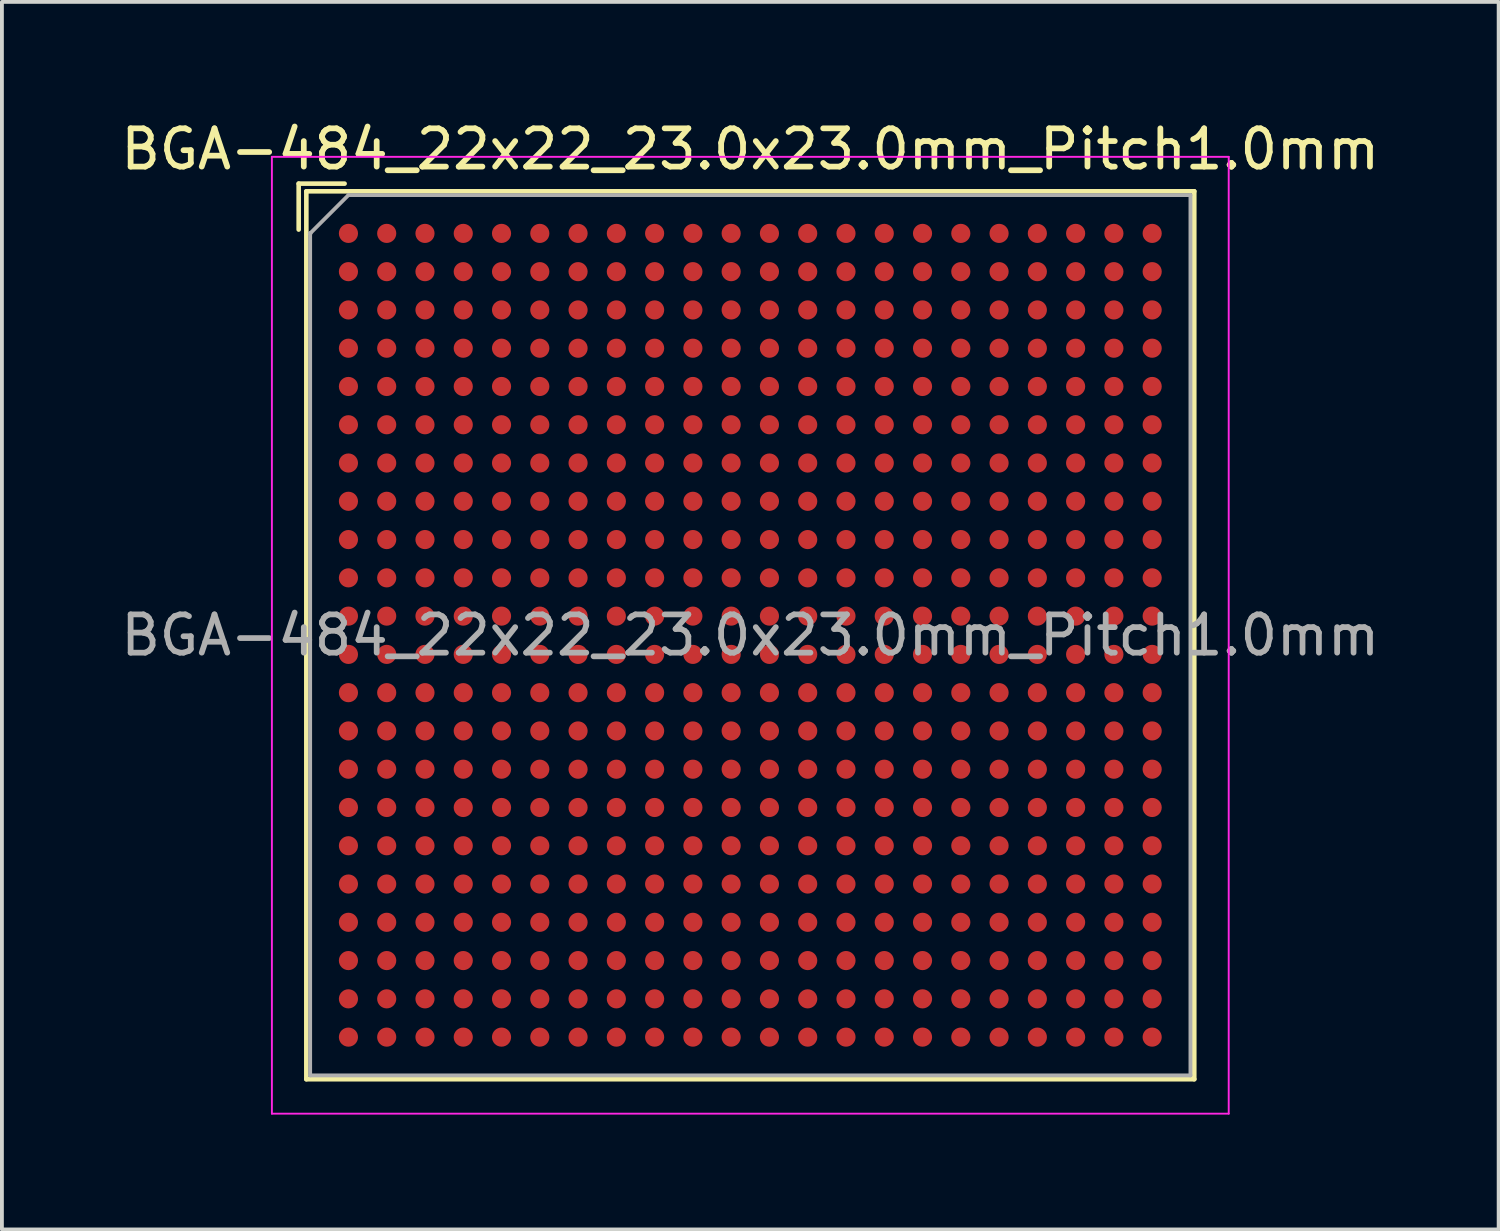
<source format=kicad_pcb>
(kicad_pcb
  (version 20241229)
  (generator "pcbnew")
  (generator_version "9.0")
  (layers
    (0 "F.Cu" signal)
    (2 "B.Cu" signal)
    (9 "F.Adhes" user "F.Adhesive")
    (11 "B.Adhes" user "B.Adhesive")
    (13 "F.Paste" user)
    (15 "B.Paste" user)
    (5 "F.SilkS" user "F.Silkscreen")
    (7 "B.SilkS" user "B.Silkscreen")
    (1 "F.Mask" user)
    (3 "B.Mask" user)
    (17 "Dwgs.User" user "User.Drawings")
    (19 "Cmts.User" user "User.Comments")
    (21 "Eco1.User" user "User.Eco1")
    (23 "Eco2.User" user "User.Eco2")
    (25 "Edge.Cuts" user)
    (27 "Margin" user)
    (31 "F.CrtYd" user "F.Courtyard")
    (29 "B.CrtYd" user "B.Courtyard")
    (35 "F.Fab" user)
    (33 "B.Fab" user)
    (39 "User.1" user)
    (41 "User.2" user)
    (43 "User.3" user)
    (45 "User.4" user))
  (footprint "BGA-484_22x22_23.0x23.0mm_Pitch1.0mm"
    (layer "F.Cu")
    (at 16.554 13.548)
    (property "Reference" "BGA-484_22x22_23.0x23.0mm_Pitch1.0mm" (at 0 -12.7 0) (layer "F.SilkS") (effects (font (size 1 1) (thickness 0.15))))
    (attr smd)
    (fp_line (start -11.8 -11.8) (end -11.8 -10.6) (stroke (width 0.12) (type solid)) (layer "F.SilkS"))
    (fp_line (start -11.6 -11.6) (end 11.6 -11.6) (stroke (width 0.12) (type solid)) (layer "F.SilkS"))
    (fp_line (start -11.6 11.6) (end -11.6 -11.6) (stroke (width 0.12) (type solid)) (layer "F.SilkS"))
    (fp_line (start -10.6 -11.8) (end -11.8 -11.8) (stroke (width 0.12) (type solid)) (layer "F.SilkS"))
    (fp_line (start 11.6 -11.6) (end 11.6 11.6) (stroke (width 0.12) (type solid)) (layer "F.SilkS"))
    (fp_line (start 11.6 11.6) (end -11.6 11.6) (stroke (width 0.12) (type solid)) (layer "F.SilkS"))
    (fp_line (start -12.5 -12.5) (end -12.5 12.5) (stroke (width 0.05) (type solid)) (layer "F.CrtYd"))
    (fp_line (start -12.5 -12.5) (end 12.5 -12.5) (stroke (width 0.05) (type solid)) (layer "F.CrtYd"))
    (fp_line (start 12.5 12.5) (end -12.5 12.5) (stroke (width 0.05) (type solid)) (layer "F.CrtYd"))
    (fp_line (start 12.5 12.5) (end 12.5 -12.5) (stroke (width 0.05) (type solid)) (layer "F.CrtYd"))
    (fp_line (start -11.5 -10.5) (end -11.5 -10.5) (stroke (width 0.12) (type solid)) (layer "F.Fab"))
    (fp_line (start -11.5 11.5) (end -11.5 -10.5) (stroke (width 0.1) (type solid)) (layer "F.Fab"))
    (fp_line (start -10.5 -11.5) (end -11.5 -10.5) (stroke (width 0.1) (type solid)) (layer "F.Fab"))
    (fp_line (start -10.5 -11.5) (end 11.5 -11.5) (stroke (width 0.1) (type solid)) (layer "F.Fab"))
    (fp_line (start 11.5 -11.5) (end 11.5 11.5) (stroke (width 0.1) (type solid)) (layer "F.Fab"))
    (fp_line (start 11.5 11.5) (end -11.5 11.5) (stroke (width 0.1) (type solid)) (layer "F.Fab"))
    (fp_text user "${REFERENCE}" (at 0 0 0) (layer "F.Fab") (effects (font (size 1 1) (thickness 0.15))))
    (pad "A1" smd circle (at -10.5 -10.5) (size 0.5 0.5) (layers "F.Cu" "F.Mask" "F.Paste"))
    (pad "A2" smd circle (at -9.5 -10.5) (size 0.5 0.5) (layers "F.Cu" "F.Mask" "F.Paste"))
    (pad "A3" smd circle (at -8.5 -10.5) (size 0.5 0.5) (layers "F.Cu" "F.Mask" "F.Paste"))
    (pad "A4" smd circle (at -7.5 -10.5) (size 0.5 0.5) (layers "F.Cu" "F.Mask" "F.Paste"))
    (pad "A5" smd circle (at -6.5 -10.5) (size 0.5 0.5) (layers "F.Cu" "F.Mask" "F.Paste"))
    (pad "A6" smd circle (at -5.5 -10.5) (size 0.5 0.5) (layers "F.Cu" "F.Mask" "F.Paste"))
    (pad "A7" smd circle (at -4.5 -10.5) (size 0.5 0.5) (layers "F.Cu" "F.Mask" "F.Paste"))
    (pad "A8" smd circle (at -3.5 -10.5) (size 0.5 0.5) (layers "F.Cu" "F.Mask" "F.Paste"))
    (pad "A9" smd circle (at -2.5 -10.5) (size 0.5 0.5) (layers "F.Cu" "F.Mask" "F.Paste"))
    (pad "A10" smd circle (at -1.5 -10.5) (size 0.5 0.5) (layers "F.Cu" "F.Mask" "F.Paste"))
    (pad "A11" smd circle (at -0.5 -10.5) (size 0.5 0.5) (layers "F.Cu" "F.Mask" "F.Paste"))
    (pad "A12" smd circle (at 0.5 -10.5) (size 0.5 0.5) (layers "F.Cu" "F.Mask" "F.Paste"))
    (pad "A13" smd circle (at 1.5 -10.5) (size 0.5 0.5) (layers "F.Cu" "F.Mask" "F.Paste"))
    (pad "A14" smd circle (at 2.5 -10.5) (size 0.5 0.5) (layers "F.Cu" "F.Mask" "F.Paste"))
    (pad "A15" smd circle (at 3.5 -10.5) (size 0.5 0.5) (layers "F.Cu" "F.Mask" "F.Paste"))
    (pad "A16" smd circle (at 4.5 -10.5) (size 0.5 0.5) (layers "F.Cu" "F.Mask" "F.Paste"))
    (pad "A17" smd circle (at 5.5 -10.5) (size 0.5 0.5) (layers "F.Cu" "F.Mask" "F.Paste"))
    (pad "A18" smd circle (at 6.5 -10.5) (size 0.5 0.5) (layers "F.Cu" "F.Mask" "F.Paste"))
    (pad "A19" smd circle (at 7.5 -10.5) (size 0.5 0.5) (layers "F.Cu" "F.Mask" "F.Paste"))
    (pad "A20" smd circle (at 8.5 -10.5) (size 0.5 0.5) (layers "F.Cu" "F.Mask" "F.Paste"))
    (pad "A21" smd circle (at 9.5 -10.5) (size 0.5 0.5) (layers "F.Cu" "F.Mask" "F.Paste"))
    (pad "A22" smd circle (at 10.5 -10.5) (size 0.5 0.5) (layers "F.Cu" "F.Mask" "F.Paste"))
    (pad "AA1" smd circle (at -10.5 9.5) (size 0.5 0.5) (layers "F.Cu" "F.Mask" "F.Paste"))
    (pad "AA2" smd circle (at -9.5 9.5) (size 0.5 0.5) (layers "F.Cu" "F.Mask" "F.Paste"))
    (pad "AA3" smd circle (at -8.5 9.5) (size 0.5 0.5) (layers "F.Cu" "F.Mask" "F.Paste"))
    (pad "AA4" smd circle (at -7.5 9.5) (size 0.5 0.5) (layers "F.Cu" "F.Mask" "F.Paste"))
    (pad "AA5" smd circle (at -6.5 9.5) (size 0.5 0.5) (layers "F.Cu" "F.Mask" "F.Paste"))
    (pad "AA6" smd circle (at -5.5 9.5) (size 0.5 0.5) (layers "F.Cu" "F.Mask" "F.Paste"))
    (pad "AA7" smd circle (at -4.5 9.5) (size 0.5 0.5) (layers "F.Cu" "F.Mask" "F.Paste"))
    (pad "AA8" smd circle (at -3.5 9.5) (size 0.5 0.5) (layers "F.Cu" "F.Mask" "F.Paste"))
    (pad "AA9" smd circle (at -2.5 9.5) (size 0.5 0.5) (layers "F.Cu" "F.Mask" "F.Paste"))
    (pad "AA10" smd circle (at -1.5 9.5) (size 0.5 0.5) (layers "F.Cu" "F.Mask" "F.Paste"))
    (pad "AA11" smd circle (at -0.5 9.5) (size 0.5 0.5) (layers "F.Cu" "F.Mask" "F.Paste"))
    (pad "AA12" smd circle (at 0.5 9.5) (size 0.5 0.5) (layers "F.Cu" "F.Mask" "F.Paste"))
    (pad "AA13" smd circle (at 1.5 9.5) (size 0.5 0.5) (layers "F.Cu" "F.Mask" "F.Paste"))
    (pad "AA14" smd circle (at 2.5 9.5) (size 0.5 0.5) (layers "F.Cu" "F.Mask" "F.Paste"))
    (pad "AA15" smd circle (at 3.5 9.5) (size 0.5 0.5) (layers "F.Cu" "F.Mask" "F.Paste"))
    (pad "AA16" smd circle (at 4.5 9.5) (size 0.5 0.5) (layers "F.Cu" "F.Mask" "F.Paste"))
    (pad "AA17" smd circle (at 5.5 9.5) (size 0.5 0.5) (layers "F.Cu" "F.Mask" "F.Paste"))
    (pad "AA18" smd circle (at 6.5 9.5) (size 0.5 0.5) (layers "F.Cu" "F.Mask" "F.Paste"))
    (pad "AA19" smd circle (at 7.5 9.5) (size 0.5 0.5) (layers "F.Cu" "F.Mask" "F.Paste"))
    (pad "AA20" smd circle (at 8.5 9.5) (size 0.5 0.5) (layers "F.Cu" "F.Mask" "F.Paste"))
    (pad "AA21" smd circle (at 9.5 9.5) (size 0.5 0.5) (layers "F.Cu" "F.Mask" "F.Paste"))
    (pad "AA22" smd circle (at 10.5 9.5) (size 0.5 0.5) (layers "F.Cu" "F.Mask" "F.Paste"))
    (pad "AB1" smd circle (at -10.5 10.5) (size 0.5 0.5) (layers "F.Cu" "F.Mask" "F.Paste"))
    (pad "AB2" smd circle (at -9.5 10.5) (size 0.5 0.5) (layers "F.Cu" "F.Mask" "F.Paste"))
    (pad "AB3" smd circle (at -8.5 10.5) (size 0.5 0.5) (layers "F.Cu" "F.Mask" "F.Paste"))
    (pad "AB4" smd circle (at -7.5 10.5) (size 0.5 0.5) (layers "F.Cu" "F.Mask" "F.Paste"))
    (pad "AB5" smd circle (at -6.5 10.5) (size 0.5 0.5) (layers "F.Cu" "F.Mask" "F.Paste"))
    (pad "AB6" smd circle (at -5.5 10.5) (size 0.5 0.5) (layers "F.Cu" "F.Mask" "F.Paste"))
    (pad "AB7" smd circle (at -4.5 10.5) (size 0.5 0.5) (layers "F.Cu" "F.Mask" "F.Paste"))
    (pad "AB8" smd circle (at -3.5 10.5) (size 0.5 0.5) (layers "F.Cu" "F.Mask" "F.Paste"))
    (pad "AB9" smd circle (at -2.5 10.5) (size 0.5 0.5) (layers "F.Cu" "F.Mask" "F.Paste"))
    (pad "AB10" smd circle (at -1.5 10.5) (size 0.5 0.5) (layers "F.Cu" "F.Mask" "F.Paste"))
    (pad "AB11" smd circle (at -0.5 10.5) (size 0.5 0.5) (layers "F.Cu" "F.Mask" "F.Paste"))
    (pad "AB12" smd circle (at 0.5 10.5) (size 0.5 0.5) (layers "F.Cu" "F.Mask" "F.Paste"))
    (pad "AB13" smd circle (at 1.5 10.5) (size 0.5 0.5) (layers "F.Cu" "F.Mask" "F.Paste"))
    (pad "AB14" smd circle (at 2.5 10.5) (size 0.5 0.5) (layers "F.Cu" "F.Mask" "F.Paste"))
    (pad "AB15" smd circle (at 3.5 10.5) (size 0.5 0.5) (layers "F.Cu" "F.Mask" "F.Paste"))
    (pad "AB16" smd circle (at 4.5 10.5) (size 0.5 0.5) (layers "F.Cu" "F.Mask" "F.Paste"))
    (pad "AB17" smd circle (at 5.5 10.5) (size 0.5 0.5) (layers "F.Cu" "F.Mask" "F.Paste"))
    (pad "AB18" smd circle (at 6.5 10.5) (size 0.5 0.5) (layers "F.Cu" "F.Mask" "F.Paste"))
    (pad "AB19" smd circle (at 7.5 10.5) (size 0.5 0.5) (layers "F.Cu" "F.Mask" "F.Paste"))
    (pad "AB20" smd circle (at 8.5 10.5) (size 0.5 0.5) (layers "F.Cu" "F.Mask" "F.Paste"))
    (pad "AB21" smd circle (at 9.5 10.5) (size 0.5 0.5) (layers "F.Cu" "F.Mask" "F.Paste"))
    (pad "AB22" smd circle (at 10.5 10.5) (size 0.5 0.5) (layers "F.Cu" "F.Mask" "F.Paste"))
    (pad "B1" smd circle (at -10.5 -9.5) (size 0.5 0.5) (layers "F.Cu" "F.Mask" "F.Paste"))
    (pad "B2" smd circle (at -9.5 -9.5) (size 0.5 0.5) (layers "F.Cu" "F.Mask" "F.Paste"))
    (pad "B3" smd circle (at -8.5 -9.5) (size 0.5 0.5) (layers "F.Cu" "F.Mask" "F.Paste"))
    (pad "B4" smd circle (at -7.5 -9.5) (size 0.5 0.5) (layers "F.Cu" "F.Mask" "F.Paste"))
    (pad "B5" smd circle (at -6.5 -9.5) (size 0.5 0.5) (layers "F.Cu" "F.Mask" "F.Paste"))
    (pad "B6" smd circle (at -5.5 -9.5) (size 0.5 0.5) (layers "F.Cu" "F.Mask" "F.Paste"))
    (pad "B7" smd circle (at -4.5 -9.5) (size 0.5 0.5) (layers "F.Cu" "F.Mask" "F.Paste"))
    (pad "B8" smd circle (at -3.5 -9.5) (size 0.5 0.5) (layers "F.Cu" "F.Mask" "F.Paste"))
    (pad "B9" smd circle (at -2.5 -9.5) (size 0.5 0.5) (layers "F.Cu" "F.Mask" "F.Paste"))
    (pad "B10" smd circle (at -1.5 -9.5) (size 0.5 0.5) (layers "F.Cu" "F.Mask" "F.Paste"))
    (pad "B11" smd circle (at -0.5 -9.5) (size 0.5 0.5) (layers "F.Cu" "F.Mask" "F.Paste"))
    (pad "B12" smd circle (at 0.5 -9.5) (size 0.5 0.5) (layers "F.Cu" "F.Mask" "F.Paste"))
    (pad "B13" smd circle (at 1.5 -9.5) (size 0.5 0.5) (layers "F.Cu" "F.Mask" "F.Paste"))
    (pad "B14" smd circle (at 2.5 -9.5) (size 0.5 0.5) (layers "F.Cu" "F.Mask" "F.Paste"))
    (pad "B15" smd circle (at 3.5 -9.5) (size 0.5 0.5) (layers "F.Cu" "F.Mask" "F.Paste"))
    (pad "B16" smd circle (at 4.5 -9.5) (size 0.5 0.5) (layers "F.Cu" "F.Mask" "F.Paste"))
    (pad "B17" smd circle (at 5.5 -9.5) (size 0.5 0.5) (layers "F.Cu" "F.Mask" "F.Paste"))
    (pad "B18" smd circle (at 6.5 -9.5) (size 0.5 0.5) (layers "F.Cu" "F.Mask" "F.Paste"))
    (pad "B19" smd circle (at 7.5 -9.5) (size 0.5 0.5) (layers "F.Cu" "F.Mask" "F.Paste"))
    (pad "B20" smd circle (at 8.5 -9.5) (size 0.5 0.5) (layers "F.Cu" "F.Mask" "F.Paste"))
    (pad "B21" smd circle (at 9.5 -9.5) (size 0.5 0.5) (layers "F.Cu" "F.Mask" "F.Paste"))
    (pad "B22" smd circle (at 10.5 -9.5) (size 0.5 0.5) (layers "F.Cu" "F.Mask" "F.Paste"))
    (pad "C1" smd circle (at -10.5 -8.5) (size 0.5 0.5) (layers "F.Cu" "F.Mask" "F.Paste"))
    (pad "C2" smd circle (at -9.5 -8.5) (size 0.5 0.5) (layers "F.Cu" "F.Mask" "F.Paste"))
    (pad "C3" smd circle (at -8.5 -8.5) (size 0.5 0.5) (layers "F.Cu" "F.Mask" "F.Paste"))
    (pad "C4" smd circle (at -7.5 -8.5) (size 0.5 0.5) (layers "F.Cu" "F.Mask" "F.Paste"))
    (pad "C5" smd circle (at -6.5 -8.5) (size 0.5 0.5) (layers "F.Cu" "F.Mask" "F.Paste"))
    (pad "C6" smd circle (at -5.5 -8.5) (size 0.5 0.5) (layers "F.Cu" "F.Mask" "F.Paste"))
    (pad "C7" smd circle (at -4.5 -8.5) (size 0.5 0.5) (layers "F.Cu" "F.Mask" "F.Paste"))
    (pad "C8" smd circle (at -3.5 -8.5) (size 0.5 0.5) (layers "F.Cu" "F.Mask" "F.Paste"))
    (pad "C9" smd circle (at -2.5 -8.5) (size 0.5 0.5) (layers "F.Cu" "F.Mask" "F.Paste"))
    (pad "C10" smd circle (at -1.5 -8.5) (size 0.5 0.5) (layers "F.Cu" "F.Mask" "F.Paste"))
    (pad "C11" smd circle (at -0.5 -8.5) (size 0.5 0.5) (layers "F.Cu" "F.Mask" "F.Paste"))
    (pad "C12" smd circle (at 0.5 -8.5) (size 0.5 0.5) (layers "F.Cu" "F.Mask" "F.Paste"))
    (pad "C13" smd circle (at 1.5 -8.5) (size 0.5 0.5) (layers "F.Cu" "F.Mask" "F.Paste"))
    (pad "C14" smd circle (at 2.5 -8.5) (size 0.5 0.5) (layers "F.Cu" "F.Mask" "F.Paste"))
    (pad "C15" smd circle (at 3.5 -8.5) (size 0.5 0.5) (layers "F.Cu" "F.Mask" "F.Paste"))
    (pad "C16" smd circle (at 4.5 -8.5) (size 0.5 0.5) (layers "F.Cu" "F.Mask" "F.Paste"))
    (pad "C17" smd circle (at 5.5 -8.5) (size 0.5 0.5) (layers "F.Cu" "F.Mask" "F.Paste"))
    (pad "C18" smd circle (at 6.5 -8.5) (size 0.5 0.5) (layers "F.Cu" "F.Mask" "F.Paste"))
    (pad "C19" smd circle (at 7.5 -8.5) (size 0.5 0.5) (layers "F.Cu" "F.Mask" "F.Paste"))
    (pad "C20" smd circle (at 8.5 -8.5) (size 0.5 0.5) (layers "F.Cu" "F.Mask" "F.Paste"))
    (pad "C21" smd circle (at 9.5 -8.5) (size 0.5 0.5) (layers "F.Cu" "F.Mask" "F.Paste"))
    (pad "C22" smd circle (at 10.5 -8.5) (size 0.5 0.5) (layers "F.Cu" "F.Mask" "F.Paste"))
    (pad "D1" smd circle (at -10.5 -7.5) (size 0.5 0.5) (layers "F.Cu" "F.Mask" "F.Paste"))
    (pad "D2" smd circle (at -9.5 -7.5) (size 0.5 0.5) (layers "F.Cu" "F.Mask" "F.Paste"))
    (pad "D3" smd circle (at -8.5 -7.5) (size 0.5 0.5) (layers "F.Cu" "F.Mask" "F.Paste"))
    (pad "D4" smd circle (at -7.5 -7.5) (size 0.5 0.5) (layers "F.Cu" "F.Mask" "F.Paste"))
    (pad "D5" smd circle (at -6.5 -7.5) (size 0.5 0.5) (layers "F.Cu" "F.Mask" "F.Paste"))
    (pad "D6" smd circle (at -5.5 -7.5) (size 0.5 0.5) (layers "F.Cu" "F.Mask" "F.Paste"))
    (pad "D7" smd circle (at -4.5 -7.5) (size 0.5 0.5) (layers "F.Cu" "F.Mask" "F.Paste"))
    (pad "D8" smd circle (at -3.5 -7.5) (size 0.5 0.5) (layers "F.Cu" "F.Mask" "F.Paste"))
    (pad "D9" smd circle (at -2.5 -7.5) (size 0.5 0.5) (layers "F.Cu" "F.Mask" "F.Paste"))
    (pad "D10" smd circle (at -1.5 -7.5) (size 0.5 0.5) (layers "F.Cu" "F.Mask" "F.Paste"))
    (pad "D11" smd circle (at -0.5 -7.5) (size 0.5 0.5) (layers "F.Cu" "F.Mask" "F.Paste"))
    (pad "D12" smd circle (at 0.5 -7.5) (size 0.5 0.5) (layers "F.Cu" "F.Mask" "F.Paste"))
    (pad "D13" smd circle (at 1.5 -7.5) (size 0.5 0.5) (layers "F.Cu" "F.Mask" "F.Paste"))
    (pad "D14" smd circle (at 2.5 -7.5) (size 0.5 0.5) (layers "F.Cu" "F.Mask" "F.Paste"))
    (pad "D15" smd circle (at 3.5 -7.5) (size 0.5 0.5) (layers "F.Cu" "F.Mask" "F.Paste"))
    (pad "D16" smd circle (at 4.5 -7.5) (size 0.5 0.5) (layers "F.Cu" "F.Mask" "F.Paste"))
    (pad "D17" smd circle (at 5.5 -7.5) (size 0.5 0.5) (layers "F.Cu" "F.Mask" "F.Paste"))
    (pad "D18" smd circle (at 6.5 -7.5) (size 0.5 0.5) (layers "F.Cu" "F.Mask" "F.Paste"))
    (pad "D19" smd circle (at 7.5 -7.5) (size 0.5 0.5) (layers "F.Cu" "F.Mask" "F.Paste"))
    (pad "D20" smd circle (at 8.5 -7.5) (size 0.5 0.5) (layers "F.Cu" "F.Mask" "F.Paste"))
    (pad "D21" smd circle (at 9.5 -7.5) (size 0.5 0.5) (layers "F.Cu" "F.Mask" "F.Paste"))
    (pad "D22" smd circle (at 10.5 -7.5) (size 0.5 0.5) (layers "F.Cu" "F.Mask" "F.Paste"))
    (pad "E1" smd circle (at -10.5 -6.5) (size 0.5 0.5) (layers "F.Cu" "F.Mask" "F.Paste"))
    (pad "E2" smd circle (at -9.5 -6.5) (size 0.5 0.5) (layers "F.Cu" "F.Mask" "F.Paste"))
    (pad "E3" smd circle (at -8.5 -6.5) (size 0.5 0.5) (layers "F.Cu" "F.Mask" "F.Paste"))
    (pad "E4" smd circle (at -7.5 -6.5) (size 0.5 0.5) (layers "F.Cu" "F.Mask" "F.Paste"))
    (pad "E5" smd circle (at -6.5 -6.5) (size 0.5 0.5) (layers "F.Cu" "F.Mask" "F.Paste"))
    (pad "E6" smd circle (at -5.5 -6.5) (size 0.5 0.5) (layers "F.Cu" "F.Mask" "F.Paste"))
    (pad "E7" smd circle (at -4.5 -6.5) (size 0.5 0.5) (layers "F.Cu" "F.Mask" "F.Paste"))
    (pad "E8" smd circle (at -3.5 -6.5) (size 0.5 0.5) (layers "F.Cu" "F.Mask" "F.Paste"))
    (pad "E9" smd circle (at -2.5 -6.5) (size 0.5 0.5) (layers "F.Cu" "F.Mask" "F.Paste"))
    (pad "E10" smd circle (at -1.5 -6.5) (size 0.5 0.5) (layers "F.Cu" "F.Mask" "F.Paste"))
    (pad "E11" smd circle (at -0.5 -6.5) (size 0.5 0.5) (layers "F.Cu" "F.Mask" "F.Paste"))
    (pad "E12" smd circle (at 0.5 -6.5) (size 0.5 0.5) (layers "F.Cu" "F.Mask" "F.Paste"))
    (pad "E13" smd circle (at 1.5 -6.5) (size 0.5 0.5) (layers "F.Cu" "F.Mask" "F.Paste"))
    (pad "E14" smd circle (at 2.5 -6.5) (size 0.5 0.5) (layers "F.Cu" "F.Mask" "F.Paste"))
    (pad "E15" smd circle (at 3.5 -6.5) (size 0.5 0.5) (layers "F.Cu" "F.Mask" "F.Paste"))
    (pad "E16" smd circle (at 4.5 -6.5) (size 0.5 0.5) (layers "F.Cu" "F.Mask" "F.Paste"))
    (pad "E17" smd circle (at 5.5 -6.5) (size 0.5 0.5) (layers "F.Cu" "F.Mask" "F.Paste"))
    (pad "E18" smd circle (at 6.5 -6.5) (size 0.5 0.5) (layers "F.Cu" "F.Mask" "F.Paste"))
    (pad "E19" smd circle (at 7.5 -6.5) (size 0.5 0.5) (layers "F.Cu" "F.Mask" "F.Paste"))
    (pad "E20" smd circle (at 8.5 -6.5) (size 0.5 0.5) (layers "F.Cu" "F.Mask" "F.Paste"))
    (pad "E21" smd circle (at 9.5 -6.5) (size 0.5 0.5) (layers "F.Cu" "F.Mask" "F.Paste"))
    (pad "E22" smd circle (at 10.5 -6.5) (size 0.5 0.5) (layers "F.Cu" "F.Mask" "F.Paste"))
    (pad "F1" smd circle (at -10.5 -5.5) (size 0.5 0.5) (layers "F.Cu" "F.Mask" "F.Paste"))
    (pad "F2" smd circle (at -9.5 -5.5) (size 0.5 0.5) (layers "F.Cu" "F.Mask" "F.Paste"))
    (pad "F3" smd circle (at -8.5 -5.5) (size 0.5 0.5) (layers "F.Cu" "F.Mask" "F.Paste"))
    (pad "F4" smd circle (at -7.5 -5.5) (size 0.5 0.5) (layers "F.Cu" "F.Mask" "F.Paste"))
    (pad "F5" smd circle (at -6.5 -5.5) (size 0.5 0.5) (layers "F.Cu" "F.Mask" "F.Paste"))
    (pad "F6" smd circle (at -5.5 -5.5) (size 0.5 0.5) (layers "F.Cu" "F.Mask" "F.Paste"))
    (pad "F7" smd circle (at -4.5 -5.5) (size 0.5 0.5) (layers "F.Cu" "F.Mask" "F.Paste"))
    (pad "F8" smd circle (at -3.5 -5.5) (size 0.5 0.5) (layers "F.Cu" "F.Mask" "F.Paste"))
    (pad "F9" smd circle (at -2.5 -5.5) (size 0.5 0.5) (layers "F.Cu" "F.Mask" "F.Paste"))
    (pad "F10" smd circle (at -1.5 -5.5) (size 0.5 0.5) (layers "F.Cu" "F.Mask" "F.Paste"))
    (pad "F11" smd circle (at -0.5 -5.5) (size 0.5 0.5) (layers "F.Cu" "F.Mask" "F.Paste"))
    (pad "F12" smd circle (at 0.5 -5.5) (size 0.5 0.5) (layers "F.Cu" "F.Mask" "F.Paste"))
    (pad "F13" smd circle (at 1.5 -5.5) (size 0.5 0.5) (layers "F.Cu" "F.Mask" "F.Paste"))
    (pad "F14" smd circle (at 2.5 -5.5) (size 0.5 0.5) (layers "F.Cu" "F.Mask" "F.Paste"))
    (pad "F15" smd circle (at 3.5 -5.5) (size 0.5 0.5) (layers "F.Cu" "F.Mask" "F.Paste"))
    (pad "F16" smd circle (at 4.5 -5.5) (size 0.5 0.5) (layers "F.Cu" "F.Mask" "F.Paste"))
    (pad "F17" smd circle (at 5.5 -5.5) (size 0.5 0.5) (layers "F.Cu" "F.Mask" "F.Paste"))
    (pad "F18" smd circle (at 6.5 -5.5) (size 0.5 0.5) (layers "F.Cu" "F.Mask" "F.Paste"))
    (pad "F19" smd circle (at 7.5 -5.5) (size 0.5 0.5) (layers "F.Cu" "F.Mask" "F.Paste"))
    (pad "F20" smd circle (at 8.5 -5.5) (size 0.5 0.5) (layers "F.Cu" "F.Mask" "F.Paste"))
    (pad "F21" smd circle (at 9.5 -5.5) (size 0.5 0.5) (layers "F.Cu" "F.Mask" "F.Paste"))
    (pad "F22" smd circle (at 10.5 -5.5) (size 0.5 0.5) (layers "F.Cu" "F.Mask" "F.Paste"))
    (pad "G1" smd circle (at -10.5 -4.5) (size 0.5 0.5) (layers "F.Cu" "F.Mask" "F.Paste"))
    (pad "G2" smd circle (at -9.5 -4.5) (size 0.5 0.5) (layers "F.Cu" "F.Mask" "F.Paste"))
    (pad "G3" smd circle (at -8.5 -4.5) (size 0.5 0.5) (layers "F.Cu" "F.Mask" "F.Paste"))
    (pad "G4" smd circle (at -7.5 -4.5) (size 0.5 0.5) (layers "F.Cu" "F.Mask" "F.Paste"))
    (pad "G5" smd circle (at -6.5 -4.5) (size 0.5 0.5) (layers "F.Cu" "F.Mask" "F.Paste"))
    (pad "G6" smd circle (at -5.5 -4.5) (size 0.5 0.5) (layers "F.Cu" "F.Mask" "F.Paste"))
    (pad "G7" smd circle (at -4.5 -4.5) (size 0.5 0.5) (layers "F.Cu" "F.Mask" "F.Paste"))
    (pad "G8" smd circle (at -3.5 -4.5) (size 0.5 0.5) (layers "F.Cu" "F.Mask" "F.Paste"))
    (pad "G9" smd circle (at -2.5 -4.5) (size 0.5 0.5) (layers "F.Cu" "F.Mask" "F.Paste"))
    (pad "G10" smd circle (at -1.5 -4.5) (size 0.5 0.5) (layers "F.Cu" "F.Mask" "F.Paste"))
    (pad "G11" smd circle (at -0.5 -4.5) (size 0.5 0.5) (layers "F.Cu" "F.Mask" "F.Paste"))
    (pad "G12" smd circle (at 0.5 -4.5) (size 0.5 0.5) (layers "F.Cu" "F.Mask" "F.Paste"))
    (pad "G13" smd circle (at 1.5 -4.5) (size 0.5 0.5) (layers "F.Cu" "F.Mask" "F.Paste"))
    (pad "G14" smd circle (at 2.5 -4.5) (size 0.5 0.5) (layers "F.Cu" "F.Mask" "F.Paste"))
    (pad "G15" smd circle (at 3.5 -4.5) (size 0.5 0.5) (layers "F.Cu" "F.Mask" "F.Paste"))
    (pad "G16" smd circle (at 4.5 -4.5) (size 0.5 0.5) (layers "F.Cu" "F.Mask" "F.Paste"))
    (pad "G17" smd circle (at 5.5 -4.5) (size 0.5 0.5) (layers "F.Cu" "F.Mask" "F.Paste"))
    (pad "G18" smd circle (at 6.5 -4.5) (size 0.5 0.5) (layers "F.Cu" "F.Mask" "F.Paste"))
    (pad "G19" smd circle (at 7.5 -4.5) (size 0.5 0.5) (layers "F.Cu" "F.Mask" "F.Paste"))
    (pad "G20" smd circle (at 8.5 -4.5) (size 0.5 0.5) (layers "F.Cu" "F.Mask" "F.Paste"))
    (pad "G21" smd circle (at 9.5 -4.5) (size 0.5 0.5) (layers "F.Cu" "F.Mask" "F.Paste"))
    (pad "G22" smd circle (at 10.5 -4.5) (size 0.5 0.5) (layers "F.Cu" "F.Mask" "F.Paste"))
    (pad "H1" smd circle (at -10.5 -3.5) (size 0.5 0.5) (layers "F.Cu" "F.Mask" "F.Paste"))
    (pad "H2" smd circle (at -9.5 -3.5) (size 0.5 0.5) (layers "F.Cu" "F.Mask" "F.Paste"))
    (pad "H3" smd circle (at -8.5 -3.5) (size 0.5 0.5) (layers "F.Cu" "F.Mask" "F.Paste"))
    (pad "H4" smd circle (at -7.5 -3.5) (size 0.5 0.5) (layers "F.Cu" "F.Mask" "F.Paste"))
    (pad "H5" smd circle (at -6.5 -3.5) (size 0.5 0.5) (layers "F.Cu" "F.Mask" "F.Paste"))
    (pad "H6" smd circle (at -5.5 -3.5) (size 0.5 0.5) (layers "F.Cu" "F.Mask" "F.Paste"))
    (pad "H7" smd circle (at -4.5 -3.5) (size 0.5 0.5) (layers "F.Cu" "F.Mask" "F.Paste"))
    (pad "H8" smd circle (at -3.5 -3.5) (size 0.5 0.5) (layers "F.Cu" "F.Mask" "F.Paste"))
    (pad "H9" smd circle (at -2.5 -3.5) (size 0.5 0.5) (layers "F.Cu" "F.Mask" "F.Paste"))
    (pad "H10" smd circle (at -1.5 -3.5) (size 0.5 0.5) (layers "F.Cu" "F.Mask" "F.Paste"))
    (pad "H11" smd circle (at -0.5 -3.5) (size 0.5 0.5) (layers "F.Cu" "F.Mask" "F.Paste"))
    (pad "H12" smd circle (at 0.5 -3.5) (size 0.5 0.5) (layers "F.Cu" "F.Mask" "F.Paste"))
    (pad "H13" smd circle (at 1.5 -3.5) (size 0.5 0.5) (layers "F.Cu" "F.Mask" "F.Paste"))
    (pad "H14" smd circle (at 2.5 -3.5) (size 0.5 0.5) (layers "F.Cu" "F.Mask" "F.Paste"))
    (pad "H15" smd circle (at 3.5 -3.5) (size 0.5 0.5) (layers "F.Cu" "F.Mask" "F.Paste"))
    (pad "H16" smd circle (at 4.5 -3.5) (size 0.5 0.5) (layers "F.Cu" "F.Mask" "F.Paste"))
    (pad "H17" smd circle (at 5.5 -3.5) (size 0.5 0.5) (layers "F.Cu" "F.Mask" "F.Paste"))
    (pad "H18" smd circle (at 6.5 -3.5) (size 0.5 0.5) (layers "F.Cu" "F.Mask" "F.Paste"))
    (pad "H19" smd circle (at 7.5 -3.5) (size 0.5 0.5) (layers "F.Cu" "F.Mask" "F.Paste"))
    (pad "H20" smd circle (at 8.5 -3.5) (size 0.5 0.5) (layers "F.Cu" "F.Mask" "F.Paste"))
    (pad "H21" smd circle (at 9.5 -3.5) (size 0.5 0.5) (layers "F.Cu" "F.Mask" "F.Paste"))
    (pad "H22" smd circle (at 10.5 -3.5) (size 0.5 0.5) (layers "F.Cu" "F.Mask" "F.Paste"))
    (pad "J1" smd circle (at -10.5 -2.5) (size 0.5 0.5) (layers "F.Cu" "F.Mask" "F.Paste"))
    (pad "J2" smd circle (at -9.5 -2.5) (size 0.5 0.5) (layers "F.Cu" "F.Mask" "F.Paste"))
    (pad "J3" smd circle (at -8.5 -2.5) (size 0.5 0.5) (layers "F.Cu" "F.Mask" "F.Paste"))
    (pad "J4" smd circle (at -7.5 -2.5) (size 0.5 0.5) (layers "F.Cu" "F.Mask" "F.Paste"))
    (pad "J5" smd circle (at -6.5 -2.5) (size 0.5 0.5) (layers "F.Cu" "F.Mask" "F.Paste"))
    (pad "J6" smd circle (at -5.5 -2.5) (size 0.5 0.5) (layers "F.Cu" "F.Mask" "F.Paste"))
    (pad "J7" smd circle (at -4.5 -2.5) (size 0.5 0.5) (layers "F.Cu" "F.Mask" "F.Paste"))
    (pad "J8" smd circle (at -3.5 -2.5) (size 0.5 0.5) (layers "F.Cu" "F.Mask" "F.Paste"))
    (pad "J9" smd circle (at -2.5 -2.5) (size 0.5 0.5) (layers "F.Cu" "F.Mask" "F.Paste"))
    (pad "J10" smd circle (at -1.5 -2.5) (size 0.5 0.5) (layers "F.Cu" "F.Mask" "F.Paste"))
    (pad "J11" smd circle (at -0.5 -2.5) (size 0.5 0.5) (layers "F.Cu" "F.Mask" "F.Paste"))
    (pad "J12" smd circle (at 0.5 -2.5) (size 0.5 0.5) (layers "F.Cu" "F.Mask" "F.Paste"))
    (pad "J13" smd circle (at 1.5 -2.5) (size 0.5 0.5) (layers "F.Cu" "F.Mask" "F.Paste"))
    (pad "J14" smd circle (at 2.5 -2.5) (size 0.5 0.5) (layers "F.Cu" "F.Mask" "F.Paste"))
    (pad "J15" smd circle (at 3.5 -2.5) (size 0.5 0.5) (layers "F.Cu" "F.Mask" "F.Paste"))
    (pad "J16" smd circle (at 4.5 -2.5) (size 0.5 0.5) (layers "F.Cu" "F.Mask" "F.Paste"))
    (pad "J17" smd circle (at 5.5 -2.5) (size 0.5 0.5) (layers "F.Cu" "F.Mask" "F.Paste"))
    (pad "J18" smd circle (at 6.5 -2.5) (size 0.5 0.5) (layers "F.Cu" "F.Mask" "F.Paste"))
    (pad "J19" smd circle (at 7.5 -2.5) (size 0.5 0.5) (layers "F.Cu" "F.Mask" "F.Paste"))
    (pad "J20" smd circle (at 8.5 -2.5) (size 0.5 0.5) (layers "F.Cu" "F.Mask" "F.Paste"))
    (pad "J21" smd circle (at 9.5 -2.5) (size 0.5 0.5) (layers "F.Cu" "F.Mask" "F.Paste"))
    (pad "J22" smd circle (at 10.5 -2.5) (size 0.5 0.5) (layers "F.Cu" "F.Mask" "F.Paste"))
    (pad "K1" smd circle (at -10.5 -1.5) (size 0.5 0.5) (layers "F.Cu" "F.Mask" "F.Paste"))
    (pad "K2" smd circle (at -9.5 -1.5) (size 0.5 0.5) (layers "F.Cu" "F.Mask" "F.Paste"))
    (pad "K3" smd circle (at -8.5 -1.5) (size 0.5 0.5) (layers "F.Cu" "F.Mask" "F.Paste"))
    (pad "K4" smd circle (at -7.5 -1.5) (size 0.5 0.5) (layers "F.Cu" "F.Mask" "F.Paste"))
    (pad "K5" smd circle (at -6.5 -1.5) (size 0.5 0.5) (layers "F.Cu" "F.Mask" "F.Paste"))
    (pad "K6" smd circle (at -5.5 -1.5) (size 0.5 0.5) (layers "F.Cu" "F.Mask" "F.Paste"))
    (pad "K7" smd circle (at -4.5 -1.5) (size 0.5 0.5) (layers "F.Cu" "F.Mask" "F.Paste"))
    (pad "K8" smd circle (at -3.5 -1.5) (size 0.5 0.5) (layers "F.Cu" "F.Mask" "F.Paste"))
    (pad "K9" smd circle (at -2.5 -1.5) (size 0.5 0.5) (layers "F.Cu" "F.Mask" "F.Paste"))
    (pad "K10" smd circle (at -1.5 -1.5) (size 0.5 0.5) (layers "F.Cu" "F.Mask" "F.Paste"))
    (pad "K11" smd circle (at -0.5 -1.5) (size 0.5 0.5) (layers "F.Cu" "F.Mask" "F.Paste"))
    (pad "K12" smd circle (at 0.5 -1.5) (size 0.5 0.5) (layers "F.Cu" "F.Mask" "F.Paste"))
    (pad "K13" smd circle (at 1.5 -1.5) (size 0.5 0.5) (layers "F.Cu" "F.Mask" "F.Paste"))
    (pad "K14" smd circle (at 2.5 -1.5) (size 0.5 0.5) (layers "F.Cu" "F.Mask" "F.Paste"))
    (pad "K15" smd circle (at 3.5 -1.5) (size 0.5 0.5) (layers "F.Cu" "F.Mask" "F.Paste"))
    (pad "K16" smd circle (at 4.5 -1.5) (size 0.5 0.5) (layers "F.Cu" "F.Mask" "F.Paste"))
    (pad "K17" smd circle (at 5.5 -1.5) (size 0.5 0.5) (layers "F.Cu" "F.Mask" "F.Paste"))
    (pad "K18" smd circle (at 6.5 -1.5) (size 0.5 0.5) (layers "F.Cu" "F.Mask" "F.Paste"))
    (pad "K19" smd circle (at 7.5 -1.5) (size 0.5 0.5) (layers "F.Cu" "F.Mask" "F.Paste"))
    (pad "K20" smd circle (at 8.5 -1.5) (size 0.5 0.5) (layers "F.Cu" "F.Mask" "F.Paste"))
    (pad "K21" smd circle (at 9.5 -1.5) (size 0.5 0.5) (layers "F.Cu" "F.Mask" "F.Paste"))
    (pad "K22" smd circle (at 10.5 -1.5) (size 0.5 0.5) (layers "F.Cu" "F.Mask" "F.Paste"))
    (pad "L1" smd circle (at -10.5 -0.5) (size 0.5 0.5) (layers "F.Cu" "F.Mask" "F.Paste"))
    (pad "L2" smd circle (at -9.5 -0.5) (size 0.5 0.5) (layers "F.Cu" "F.Mask" "F.Paste"))
    (pad "L3" smd circle (at -8.5 -0.5) (size 0.5 0.5) (layers "F.Cu" "F.Mask" "F.Paste"))
    (pad "L4" smd circle (at -7.5 -0.5) (size 0.5 0.5) (layers "F.Cu" "F.Mask" "F.Paste"))
    (pad "L5" smd circle (at -6.5 -0.5) (size 0.5 0.5) (layers "F.Cu" "F.Mask" "F.Paste"))
    (pad "L6" smd circle (at -5.5 -0.5) (size 0.5 0.5) (layers "F.Cu" "F.Mask" "F.Paste"))
    (pad "L7" smd circle (at -4.5 -0.5) (size 0.5 0.5) (layers "F.Cu" "F.Mask" "F.Paste"))
    (pad "L8" smd circle (at -3.5 -0.5) (size 0.5 0.5) (layers "F.Cu" "F.Mask" "F.Paste"))
    (pad "L9" smd circle (at -2.5 -0.5) (size 0.5 0.5) (layers "F.Cu" "F.Mask" "F.Paste"))
    (pad "L10" smd circle (at -1.5 -0.5) (size 0.5 0.5) (layers "F.Cu" "F.Mask" "F.Paste"))
    (pad "L11" smd circle (at -0.5 -0.5) (size 0.5 0.5) (layers "F.Cu" "F.Mask" "F.Paste"))
    (pad "L12" smd circle (at 0.5 -0.5) (size 0.5 0.5) (layers "F.Cu" "F.Mask" "F.Paste"))
    (pad "L13" smd circle (at 1.5 -0.5) (size 0.5 0.5) (layers "F.Cu" "F.Mask" "F.Paste"))
    (pad "L14" smd circle (at 2.5 -0.5) (size 0.5 0.5) (layers "F.Cu" "F.Mask" "F.Paste"))
    (pad "L15" smd circle (at 3.5 -0.5) (size 0.5 0.5) (layers "F.Cu" "F.Mask" "F.Paste"))
    (pad "L16" smd circle (at 4.5 -0.5) (size 0.5 0.5) (layers "F.Cu" "F.Mask" "F.Paste"))
    (pad "L17" smd circle (at 5.5 -0.5) (size 0.5 0.5) (layers "F.Cu" "F.Mask" "F.Paste"))
    (pad "L18" smd circle (at 6.5 -0.5) (size 0.5 0.5) (layers "F.Cu" "F.Mask" "F.Paste"))
    (pad "L19" smd circle (at 7.5 -0.5) (size 0.5 0.5) (layers "F.Cu" "F.Mask" "F.Paste"))
    (pad "L20" smd circle (at 8.5 -0.5) (size 0.5 0.5) (layers "F.Cu" "F.Mask" "F.Paste"))
    (pad "L21" smd circle (at 9.5 -0.5) (size 0.5 0.5) (layers "F.Cu" "F.Mask" "F.Paste"))
    (pad "L22" smd circle (at 10.5 -0.5) (size 0.5 0.5) (layers "F.Cu" "F.Mask" "F.Paste"))
    (pad "M1" smd circle (at -10.5 0.5) (size 0.5 0.5) (layers "F.Cu" "F.Mask" "F.Paste"))
    (pad "M2" smd circle (at -9.5 0.5) (size 0.5 0.5) (layers "F.Cu" "F.Mask" "F.Paste"))
    (pad "M3" smd circle (at -8.5 0.5) (size 0.5 0.5) (layers "F.Cu" "F.Mask" "F.Paste"))
    (pad "M4" smd circle (at -7.5 0.5) (size 0.5 0.5) (layers "F.Cu" "F.Mask" "F.Paste"))
    (pad "M5" smd circle (at -6.5 0.5) (size 0.5 0.5) (layers "F.Cu" "F.Mask" "F.Paste"))
    (pad "M6" smd circle (at -5.5 0.5) (size 0.5 0.5) (layers "F.Cu" "F.Mask" "F.Paste"))
    (pad "M7" smd circle (at -4.5 0.5) (size 0.5 0.5) (layers "F.Cu" "F.Mask" "F.Paste"))
    (pad "M8" smd circle (at -3.5 0.5) (size 0.5 0.5) (layers "F.Cu" "F.Mask" "F.Paste"))
    (pad "M9" smd circle (at -2.5 0.5) (size 0.5 0.5) (layers "F.Cu" "F.Mask" "F.Paste"))
    (pad "M10" smd circle (at -1.5 0.5) (size 0.5 0.5) (layers "F.Cu" "F.Mask" "F.Paste"))
    (pad "M11" smd circle (at -0.5 0.5) (size 0.5 0.5) (layers "F.Cu" "F.Mask" "F.Paste"))
    (pad "M12" smd circle (at 0.5 0.5) (size 0.5 0.5) (layers "F.Cu" "F.Mask" "F.Paste"))
    (pad "M13" smd circle (at 1.5 0.5) (size 0.5 0.5) (layers "F.Cu" "F.Mask" "F.Paste"))
    (pad "M14" smd circle (at 2.5 0.5) (size 0.5 0.5) (layers "F.Cu" "F.Mask" "F.Paste"))
    (pad "M15" smd circle (at 3.5 0.5) (size 0.5 0.5) (layers "F.Cu" "F.Mask" "F.Paste"))
    (pad "M16" smd circle (at 4.5 0.5) (size 0.5 0.5) (layers "F.Cu" "F.Mask" "F.Paste"))
    (pad "M17" smd circle (at 5.5 0.5) (size 0.5 0.5) (layers "F.Cu" "F.Mask" "F.Paste"))
    (pad "M18" smd circle (at 6.5 0.5) (size 0.5 0.5) (layers "F.Cu" "F.Mask" "F.Paste"))
    (pad "M19" smd circle (at 7.5 0.5) (size 0.5 0.5) (layers "F.Cu" "F.Mask" "F.Paste"))
    (pad "M20" smd circle (at 8.5 0.5) (size 0.5 0.5) (layers "F.Cu" "F.Mask" "F.Paste"))
    (pad "M21" smd circle (at 9.5 0.5) (size 0.5 0.5) (layers "F.Cu" "F.Mask" "F.Paste"))
    (pad "M22" smd circle (at 10.5 0.5) (size 0.5 0.5) (layers "F.Cu" "F.Mask" "F.Paste"))
    (pad "N1" smd circle (at -10.5 1.5) (size 0.5 0.5) (layers "F.Cu" "F.Mask" "F.Paste"))
    (pad "N2" smd circle (at -9.5 1.5) (size 0.5 0.5) (layers "F.Cu" "F.Mask" "F.Paste"))
    (pad "N3" smd circle (at -8.5 1.5) (size 0.5 0.5) (layers "F.Cu" "F.Mask" "F.Paste"))
    (pad "N4" smd circle (at -7.5 1.5) (size 0.5 0.5) (layers "F.Cu" "F.Mask" "F.Paste"))
    (pad "N5" smd circle (at -6.5 1.5) (size 0.5 0.5) (layers "F.Cu" "F.Mask" "F.Paste"))
    (pad "N6" smd circle (at -5.5 1.5) (size 0.5 0.5) (layers "F.Cu" "F.Mask" "F.Paste"))
    (pad "N7" smd circle (at -4.5 1.5) (size 0.5 0.5) (layers "F.Cu" "F.Mask" "F.Paste"))
    (pad "N8" smd circle (at -3.5 1.5) (size 0.5 0.5) (layers "F.Cu" "F.Mask" "F.Paste"))
    (pad "N9" smd circle (at -2.5 1.5) (size 0.5 0.5) (layers "F.Cu" "F.Mask" "F.Paste"))
    (pad "N10" smd circle (at -1.5 1.5) (size 0.5 0.5) (layers "F.Cu" "F.Mask" "F.Paste"))
    (pad "N11" smd circle (at -0.5 1.5) (size 0.5 0.5) (layers "F.Cu" "F.Mask" "F.Paste"))
    (pad "N12" smd circle (at 0.5 1.5) (size 0.5 0.5) (layers "F.Cu" "F.Mask" "F.Paste"))
    (pad "N13" smd circle (at 1.5 1.5) (size 0.5 0.5) (layers "F.Cu" "F.Mask" "F.Paste"))
    (pad "N14" smd circle (at 2.5 1.5) (size 0.5 0.5) (layers "F.Cu" "F.Mask" "F.Paste"))
    (pad "N15" smd circle (at 3.5 1.5) (size 0.5 0.5) (layers "F.Cu" "F.Mask" "F.Paste"))
    (pad "N16" smd circle (at 4.5 1.5) (size 0.5 0.5) (layers "F.Cu" "F.Mask" "F.Paste"))
    (pad "N17" smd circle (at 5.5 1.5) (size 0.5 0.5) (layers "F.Cu" "F.Mask" "F.Paste"))
    (pad "N18" smd circle (at 6.5 1.5) (size 0.5 0.5) (layers "F.Cu" "F.Mask" "F.Paste"))
    (pad "N19" smd circle (at 7.5 1.5) (size 0.5 0.5) (layers "F.Cu" "F.Mask" "F.Paste"))
    (pad "N20" smd circle (at 8.5 1.5) (size 0.5 0.5) (layers "F.Cu" "F.Mask" "F.Paste"))
    (pad "N21" smd circle (at 9.5 1.5) (size 0.5 0.5) (layers "F.Cu" "F.Mask" "F.Paste"))
    (pad "N22" smd circle (at 10.5 1.5) (size 0.5 0.5) (layers "F.Cu" "F.Mask" "F.Paste"))
    (pad "P1" smd circle (at -10.5 2.5) (size 0.5 0.5) (layers "F.Cu" "F.Mask" "F.Paste"))
    (pad "P2" smd circle (at -9.5 2.5) (size 0.5 0.5) (layers "F.Cu" "F.Mask" "F.Paste"))
    (pad "P3" smd circle (at -8.5 2.5) (size 0.5 0.5) (layers "F.Cu" "F.Mask" "F.Paste"))
    (pad "P4" smd circle (at -7.5 2.5) (size 0.5 0.5) (layers "F.Cu" "F.Mask" "F.Paste"))
    (pad "P5" smd circle (at -6.5 2.5) (size 0.5 0.5) (layers "F.Cu" "F.Mask" "F.Paste"))
    (pad "P6" smd circle (at -5.5 2.5) (size 0.5 0.5) (layers "F.Cu" "F.Mask" "F.Paste"))
    (pad "P7" smd circle (at -4.5 2.5) (size 0.5 0.5) (layers "F.Cu" "F.Mask" "F.Paste"))
    (pad "P8" smd circle (at -3.5 2.5) (size 0.5 0.5) (layers "F.Cu" "F.Mask" "F.Paste"))
    (pad "P9" smd circle (at -2.5 2.5) (size 0.5 0.5) (layers "F.Cu" "F.Mask" "F.Paste"))
    (pad "P10" smd circle (at -1.5 2.5) (size 0.5 0.5) (layers "F.Cu" "F.Mask" "F.Paste"))
    (pad "P11" smd circle (at -0.5 2.5) (size 0.5 0.5) (layers "F.Cu" "F.Mask" "F.Paste"))
    (pad "P12" smd circle (at 0.5 2.5) (size 0.5 0.5) (layers "F.Cu" "F.Mask" "F.Paste"))
    (pad "P13" smd circle (at 1.5 2.5) (size 0.5 0.5) (layers "F.Cu" "F.Mask" "F.Paste"))
    (pad "P14" smd circle (at 2.5 2.5) (size 0.5 0.5) (layers "F.Cu" "F.Mask" "F.Paste"))
    (pad "P15" smd circle (at 3.5 2.5) (size 0.5 0.5) (layers "F.Cu" "F.Mask" "F.Paste"))
    (pad "P16" smd circle (at 4.5 2.5) (size 0.5 0.5) (layers "F.Cu" "F.Mask" "F.Paste"))
    (pad "P17" smd circle (at 5.5 2.5) (size 0.5 0.5) (layers "F.Cu" "F.Mask" "F.Paste"))
    (pad "P18" smd circle (at 6.5 2.5) (size 0.5 0.5) (layers "F.Cu" "F.Mask" "F.Paste"))
    (pad "P19" smd circle (at 7.5 2.5) (size 0.5 0.5) (layers "F.Cu" "F.Mask" "F.Paste"))
    (pad "P20" smd circle (at 8.5 2.5) (size 0.5 0.5) (layers "F.Cu" "F.Mask" "F.Paste"))
    (pad "P21" smd circle (at 9.5 2.5) (size 0.5 0.5) (layers "F.Cu" "F.Mask" "F.Paste"))
    (pad "P22" smd circle (at 10.5 2.5) (size 0.5 0.5) (layers "F.Cu" "F.Mask" "F.Paste"))
    (pad "R1" smd circle (at -10.5 3.5) (size 0.5 0.5) (layers "F.Cu" "F.Mask" "F.Paste"))
    (pad "R2" smd circle (at -9.5 3.5) (size 0.5 0.5) (layers "F.Cu" "F.Mask" "F.Paste"))
    (pad "R3" smd circle (at -8.5 3.5) (size 0.5 0.5) (layers "F.Cu" "F.Mask" "F.Paste"))
    (pad "R4" smd circle (at -7.5 3.5) (size 0.5 0.5) (layers "F.Cu" "F.Mask" "F.Paste"))
    (pad "R5" smd circle (at -6.5 3.5) (size 0.5 0.5) (layers "F.Cu" "F.Mask" "F.Paste"))
    (pad "R6" smd circle (at -5.5 3.5) (size 0.5 0.5) (layers "F.Cu" "F.Mask" "F.Paste"))
    (pad "R7" smd circle (at -4.5 3.5) (size 0.5 0.5) (layers "F.Cu" "F.Mask" "F.Paste"))
    (pad "R8" smd circle (at -3.5 3.5) (size 0.5 0.5) (layers "F.Cu" "F.Mask" "F.Paste"))
    (pad "R9" smd circle (at -2.5 3.5) (size 0.5 0.5) (layers "F.Cu" "F.Mask" "F.Paste"))
    (pad "R10" smd circle (at -1.5 3.5) (size 0.5 0.5) (layers "F.Cu" "F.Mask" "F.Paste"))
    (pad "R11" smd circle (at -0.5 3.5) (size 0.5 0.5) (layers "F.Cu" "F.Mask" "F.Paste"))
    (pad "R12" smd circle (at 0.5 3.5) (size 0.5 0.5) (layers "F.Cu" "F.Mask" "F.Paste"))
    (pad "R13" smd circle (at 1.5 3.5) (size 0.5 0.5) (layers "F.Cu" "F.Mask" "F.Paste"))
    (pad "R14" smd circle (at 2.5 3.5) (size 0.5 0.5) (layers "F.Cu" "F.Mask" "F.Paste"))
    (pad "R15" smd circle (at 3.5 3.5) (size 0.5 0.5) (layers "F.Cu" "F.Mask" "F.Paste"))
    (pad "R16" smd circle (at 4.5 3.5) (size 0.5 0.5) (layers "F.Cu" "F.Mask" "F.Paste"))
    (pad "R17" smd circle (at 5.5 3.5) (size 0.5 0.5) (layers "F.Cu" "F.Mask" "F.Paste"))
    (pad "R18" smd circle (at 6.5 3.5) (size 0.5 0.5) (layers "F.Cu" "F.Mask" "F.Paste"))
    (pad "R19" smd circle (at 7.5 3.5) (size 0.5 0.5) (layers "F.Cu" "F.Mask" "F.Paste"))
    (pad "R20" smd circle (at 8.5 3.5) (size 0.5 0.5) (layers "F.Cu" "F.Mask" "F.Paste"))
    (pad "R21" smd circle (at 9.5 3.5) (size 0.5 0.5) (layers "F.Cu" "F.Mask" "F.Paste"))
    (pad "R22" smd circle (at 10.5 3.5) (size 0.5 0.5) (layers "F.Cu" "F.Mask" "F.Paste"))
    (pad "T1" smd circle (at -10.5 4.5) (size 0.5 0.5) (layers "F.Cu" "F.Mask" "F.Paste"))
    (pad "T2" smd circle (at -9.5 4.5) (size 0.5 0.5) (layers "F.Cu" "F.Mask" "F.Paste"))
    (pad "T3" smd circle (at -8.5 4.5) (size 0.5 0.5) (layers "F.Cu" "F.Mask" "F.Paste"))
    (pad "T4" smd circle (at -7.5 4.5) (size 0.5 0.5) (layers "F.Cu" "F.Mask" "F.Paste"))
    (pad "T5" smd circle (at -6.5 4.5) (size 0.5 0.5) (layers "F.Cu" "F.Mask" "F.Paste"))
    (pad "T6" smd circle (at -5.5 4.5) (size 0.5 0.5) (layers "F.Cu" "F.Mask" "F.Paste"))
    (pad "T7" smd circle (at -4.5 4.5) (size 0.5 0.5) (layers "F.Cu" "F.Mask" "F.Paste"))
    (pad "T8" smd circle (at -3.5 4.5) (size 0.5 0.5) (layers "F.Cu" "F.Mask" "F.Paste"))
    (pad "T9" smd circle (at -2.5 4.5) (size 0.5 0.5) (layers "F.Cu" "F.Mask" "F.Paste"))
    (pad "T10" smd circle (at -1.5 4.5) (size 0.5 0.5) (layers "F.Cu" "F.Mask" "F.Paste"))
    (pad "T11" smd circle (at -0.5 4.5) (size 0.5 0.5) (layers "F.Cu" "F.Mask" "F.Paste"))
    (pad "T12" smd circle (at 0.5 4.5) (size 0.5 0.5) (layers "F.Cu" "F.Mask" "F.Paste"))
    (pad "T13" smd circle (at 1.5 4.5) (size 0.5 0.5) (layers "F.Cu" "F.Mask" "F.Paste"))
    (pad "T14" smd circle (at 2.5 4.5) (size 0.5 0.5) (layers "F.Cu" "F.Mask" "F.Paste"))
    (pad "T15" smd circle (at 3.5 4.5) (size 0.5 0.5) (layers "F.Cu" "F.Mask" "F.Paste"))
    (pad "T16" smd circle (at 4.5 4.5) (size 0.5 0.5) (layers "F.Cu" "F.Mask" "F.Paste"))
    (pad "T17" smd circle (at 5.5 4.5) (size 0.5 0.5) (layers "F.Cu" "F.Mask" "F.Paste"))
    (pad "T18" smd circle (at 6.5 4.5) (size 0.5 0.5) (layers "F.Cu" "F.Mask" "F.Paste"))
    (pad "T19" smd circle (at 7.5 4.5) (size 0.5 0.5) (layers "F.Cu" "F.Mask" "F.Paste"))
    (pad "T20" smd circle (at 8.5 4.5) (size 0.5 0.5) (layers "F.Cu" "F.Mask" "F.Paste"))
    (pad "T21" smd circle (at 9.5 4.5) (size 0.5 0.5) (layers "F.Cu" "F.Mask" "F.Paste"))
    (pad "T22" smd circle (at 10.5 4.5) (size 0.5 0.5) (layers "F.Cu" "F.Mask" "F.Paste"))
    (pad "U1" smd circle (at -10.5 5.5) (size 0.5 0.5) (layers "F.Cu" "F.Mask" "F.Paste"))
    (pad "U2" smd circle (at -9.5 5.5) (size 0.5 0.5) (layers "F.Cu" "F.Mask" "F.Paste"))
    (pad "U3" smd circle (at -8.5 5.5) (size 0.5 0.5) (layers "F.Cu" "F.Mask" "F.Paste"))
    (pad "U4" smd circle (at -7.5 5.5) (size 0.5 0.5) (layers "F.Cu" "F.Mask" "F.Paste"))
    (pad "U5" smd circle (at -6.5 5.5) (size 0.5 0.5) (layers "F.Cu" "F.Mask" "F.Paste"))
    (pad "U6" smd circle (at -5.5 5.5) (size 0.5 0.5) (layers "F.Cu" "F.Mask" "F.Paste"))
    (pad "U7" smd circle (at -4.5 5.5) (size 0.5 0.5) (layers "F.Cu" "F.Mask" "F.Paste"))
    (pad "U8" smd circle (at -3.5 5.5) (size 0.5 0.5) (layers "F.Cu" "F.Mask" "F.Paste"))
    (pad "U9" smd circle (at -2.5 5.5) (size 0.5 0.5) (layers "F.Cu" "F.Mask" "F.Paste"))
    (pad "U10" smd circle (at -1.5 5.5) (size 0.5 0.5) (layers "F.Cu" "F.Mask" "F.Paste"))
    (pad "U11" smd circle (at -0.5 5.5) (size 0.5 0.5) (layers "F.Cu" "F.Mask" "F.Paste"))
    (pad "U12" smd circle (at 0.5 5.5) (size 0.5 0.5) (layers "F.Cu" "F.Mask" "F.Paste"))
    (pad "U13" smd circle (at 1.5 5.5) (size 0.5 0.5) (layers "F.Cu" "F.Mask" "F.Paste"))
    (pad "U14" smd circle (at 2.5 5.5) (size 0.5 0.5) (layers "F.Cu" "F.Mask" "F.Paste"))
    (pad "U15" smd circle (at 3.5 5.5) (size 0.5 0.5) (layers "F.Cu" "F.Mask" "F.Paste"))
    (pad "U16" smd circle (at 4.5 5.5) (size 0.5 0.5) (layers "F.Cu" "F.Mask" "F.Paste"))
    (pad "U17" smd circle (at 5.5 5.5) (size 0.5 0.5) (layers "F.Cu" "F.Mask" "F.Paste"))
    (pad "U18" smd circle (at 6.5 5.5) (size 0.5 0.5) (layers "F.Cu" "F.Mask" "F.Paste"))
    (pad "U19" smd circle (at 7.5 5.5) (size 0.5 0.5) (layers "F.Cu" "F.Mask" "F.Paste"))
    (pad "U20" smd circle (at 8.5 5.5) (size 0.5 0.5) (layers "F.Cu" "F.Mask" "F.Paste"))
    (pad "U21" smd circle (at 9.5 5.5) (size 0.5 0.5) (layers "F.Cu" "F.Mask" "F.Paste"))
    (pad "U22" smd circle (at 10.5 5.5) (size 0.5 0.5) (layers "F.Cu" "F.Mask" "F.Paste"))
    (pad "V1" smd circle (at -10.5 6.5) (size 0.5 0.5) (layers "F.Cu" "F.Mask" "F.Paste"))
    (pad "V2" smd circle (at -9.5 6.5) (size 0.5 0.5) (layers "F.Cu" "F.Mask" "F.Paste"))
    (pad "V3" smd circle (at -8.5 6.5) (size 0.5 0.5) (layers "F.Cu" "F.Mask" "F.Paste"))
    (pad "V4" smd circle (at -7.5 6.5) (size 0.5 0.5) (layers "F.Cu" "F.Mask" "F.Paste"))
    (pad "V5" smd circle (at -6.5 6.5) (size 0.5 0.5) (layers "F.Cu" "F.Mask" "F.Paste"))
    (pad "V6" smd circle (at -5.5 6.5) (size 0.5 0.5) (layers "F.Cu" "F.Mask" "F.Paste"))
    (pad "V7" smd circle (at -4.5 6.5) (size 0.5 0.5) (layers "F.Cu" "F.Mask" "F.Paste"))
    (pad "V8" smd circle (at -3.5 6.5) (size 0.5 0.5) (layers "F.Cu" "F.Mask" "F.Paste"))
    (pad "V9" smd circle (at -2.5 6.5) (size 0.5 0.5) (layers "F.Cu" "F.Mask" "F.Paste"))
    (pad "V10" smd circle (at -1.5 6.5) (size 0.5 0.5) (layers "F.Cu" "F.Mask" "F.Paste"))
    (pad "V11" smd circle (at -0.5 6.5) (size 0.5 0.5) (layers "F.Cu" "F.Mask" "F.Paste"))
    (pad "V12" smd circle (at 0.5 6.5) (size 0.5 0.5) (layers "F.Cu" "F.Mask" "F.Paste"))
    (pad "V13" smd circle (at 1.5 6.5) (size 0.5 0.5) (layers "F.Cu" "F.Mask" "F.Paste"))
    (pad "V14" smd circle (at 2.5 6.5) (size 0.5 0.5) (layers "F.Cu" "F.Mask" "F.Paste"))
    (pad "V15" smd circle (at 3.5 6.5) (size 0.5 0.5) (layers "F.Cu" "F.Mask" "F.Paste"))
    (pad "V16" smd circle (at 4.5 6.5) (size 0.5 0.5) (layers "F.Cu" "F.Mask" "F.Paste"))
    (pad "V17" smd circle (at 5.5 6.5) (size 0.5 0.5) (layers "F.Cu" "F.Mask" "F.Paste"))
    (pad "V18" smd circle (at 6.5 6.5) (size 0.5 0.5) (layers "F.Cu" "F.Mask" "F.Paste"))
    (pad "V19" smd circle (at 7.5 6.5) (size 0.5 0.5) (layers "F.Cu" "F.Mask" "F.Paste"))
    (pad "V20" smd circle (at 8.5 6.5) (size 0.5 0.5) (layers "F.Cu" "F.Mask" "F.Paste"))
    (pad "V21" smd circle (at 9.5 6.5) (size 0.5 0.5) (layers "F.Cu" "F.Mask" "F.Paste"))
    (pad "V22" smd circle (at 10.5 6.5) (size 0.5 0.5) (layers "F.Cu" "F.Mask" "F.Paste"))
    (pad "W1" smd circle (at -10.5 7.5) (size 0.5 0.5) (layers "F.Cu" "F.Mask" "F.Paste"))
    (pad "W2" smd circle (at -9.5 7.5) (size 0.5 0.5) (layers "F.Cu" "F.Mask" "F.Paste"))
    (pad "W3" smd circle (at -8.5 7.5) (size 0.5 0.5) (layers "F.Cu" "F.Mask" "F.Paste"))
    (pad "W4" smd circle (at -7.5 7.5) (size 0.5 0.5) (layers "F.Cu" "F.Mask" "F.Paste"))
    (pad "W5" smd circle (at -6.5 7.5) (size 0.5 0.5) (layers "F.Cu" "F.Mask" "F.Paste"))
    (pad "W6" smd circle (at -5.5 7.5) (size 0.5 0.5) (layers "F.Cu" "F.Mask" "F.Paste"))
    (pad "W7" smd circle (at -4.5 7.5) (size 0.5 0.5) (layers "F.Cu" "F.Mask" "F.Paste"))
    (pad "W8" smd circle (at -3.5 7.5) (size 0.5 0.5) (layers "F.Cu" "F.Mask" "F.Paste"))
    (pad "W9" smd circle (at -2.5 7.5) (size 0.5 0.5) (layers "F.Cu" "F.Mask" "F.Paste"))
    (pad "W10" smd circle (at -1.5 7.5) (size 0.5 0.5) (layers "F.Cu" "F.Mask" "F.Paste"))
    (pad "W11" smd circle (at -0.5 7.5) (size 0.5 0.5) (layers "F.Cu" "F.Mask" "F.Paste"))
    (pad "W12" smd circle (at 0.5 7.5) (size 0.5 0.5) (layers "F.Cu" "F.Mask" "F.Paste"))
    (pad "W13" smd circle (at 1.5 7.5) (size 0.5 0.5) (layers "F.Cu" "F.Mask" "F.Paste"))
    (pad "W14" smd circle (at 2.5 7.5) (size 0.5 0.5) (layers "F.Cu" "F.Mask" "F.Paste"))
    (pad "W15" smd circle (at 3.5 7.5) (size 0.5 0.5) (layers "F.Cu" "F.Mask" "F.Paste"))
    (pad "W16" smd circle (at 4.5 7.5) (size 0.5 0.5) (layers "F.Cu" "F.Mask" "F.Paste"))
    (pad "W17" smd circle (at 5.5 7.5) (size 0.5 0.5) (layers "F.Cu" "F.Mask" "F.Paste"))
    (pad "W18" smd circle (at 6.5 7.5) (size 0.5 0.5) (layers "F.Cu" "F.Mask" "F.Paste"))
    (pad "W19" smd circle (at 7.5 7.5) (size 0.5 0.5) (layers "F.Cu" "F.Mask" "F.Paste"))
    (pad "W20" smd circle (at 8.5 7.5) (size 0.5 0.5) (layers "F.Cu" "F.Mask" "F.Paste"))
    (pad "W21" smd circle (at 9.5 7.5) (size 0.5 0.5) (layers "F.Cu" "F.Mask" "F.Paste"))
    (pad "W22" smd circle (at 10.5 7.5) (size 0.5 0.5) (layers "F.Cu" "F.Mask" "F.Paste"))
    (pad "Y1" smd circle (at -10.5 8.5) (size 0.5 0.5) (layers "F.Cu" "F.Mask" "F.Paste"))
    (pad "Y2" smd circle (at -9.5 8.5) (size 0.5 0.5) (layers "F.Cu" "F.Mask" "F.Paste"))
    (pad "Y3" smd circle (at -8.5 8.5) (size 0.5 0.5) (layers "F.Cu" "F.Mask" "F.Paste"))
    (pad "Y4" smd circle (at -7.5 8.5) (size 0.5 0.5) (layers "F.Cu" "F.Mask" "F.Paste"))
    (pad "Y5" smd circle (at -6.5 8.5) (size 0.5 0.5) (layers "F.Cu" "F.Mask" "F.Paste"))
    (pad "Y6" smd circle (at -5.5 8.5) (size 0.5 0.5) (layers "F.Cu" "F.Mask" "F.Paste"))
    (pad "Y7" smd circle (at -4.5 8.5) (size 0.5 0.5) (layers "F.Cu" "F.Mask" "F.Paste"))
    (pad "Y8" smd circle (at -3.5 8.5) (size 0.5 0.5) (layers "F.Cu" "F.Mask" "F.Paste"))
    (pad "Y9" smd circle (at -2.5 8.5) (size 0.5 0.5) (layers "F.Cu" "F.Mask" "F.Paste"))
    (pad "Y10" smd circle (at -1.5 8.5) (size 0.5 0.5) (layers "F.Cu" "F.Mask" "F.Paste"))
    (pad "Y11" smd circle (at -0.5 8.5) (size 0.5 0.5) (layers "F.Cu" "F.Mask" "F.Paste"))
    (pad "Y12" smd circle (at 0.5 8.5) (size 0.5 0.5) (layers "F.Cu" "F.Mask" "F.Paste"))
    (pad "Y13" smd circle (at 1.5 8.5) (size 0.5 0.5) (layers "F.Cu" "F.Mask" "F.Paste"))
    (pad "Y14" smd circle (at 2.5 8.5) (size 0.5 0.5) (layers "F.Cu" "F.Mask" "F.Paste"))
    (pad "Y15" smd circle (at 3.5 8.5) (size 0.5 0.5) (layers "F.Cu" "F.Mask" "F.Paste"))
    (pad "Y16" smd circle (at 4.5 8.5) (size 0.5 0.5) (layers "F.Cu" "F.Mask" "F.Paste"))
    (pad "Y17" smd circle (at 5.5 8.5) (size 0.5 0.5) (layers "F.Cu" "F.Mask" "F.Paste"))
    (pad "Y18" smd circle (at 6.5 8.5) (size 0.5 0.5) (layers "F.Cu" "F.Mask" "F.Paste"))
    (pad "Y19" smd circle (at 7.5 8.5) (size 0.5 0.5) (layers "F.Cu" "F.Mask" "F.Paste"))
    (pad "Y20" smd circle (at 8.5 8.5) (size 0.5 0.5) (layers "F.Cu" "F.Mask" "F.Paste"))
    (pad "Y21" smd circle (at 9.5 8.5) (size 0.5 0.5) (layers "F.Cu" "F.Mask" "F.Paste"))
    (pad "Y22" smd circle (at 10.5 8.5) (size 0.5 0.5) (layers "F.Cu" "F.Mask" "F.Paste")))
  (gr_rect
    (start -3 -3)
    (end 36.107 29.073)
    (stroke (width 0.1) (type default))
    (fill no)
    (layer "Edge.Cuts")))
</source>
